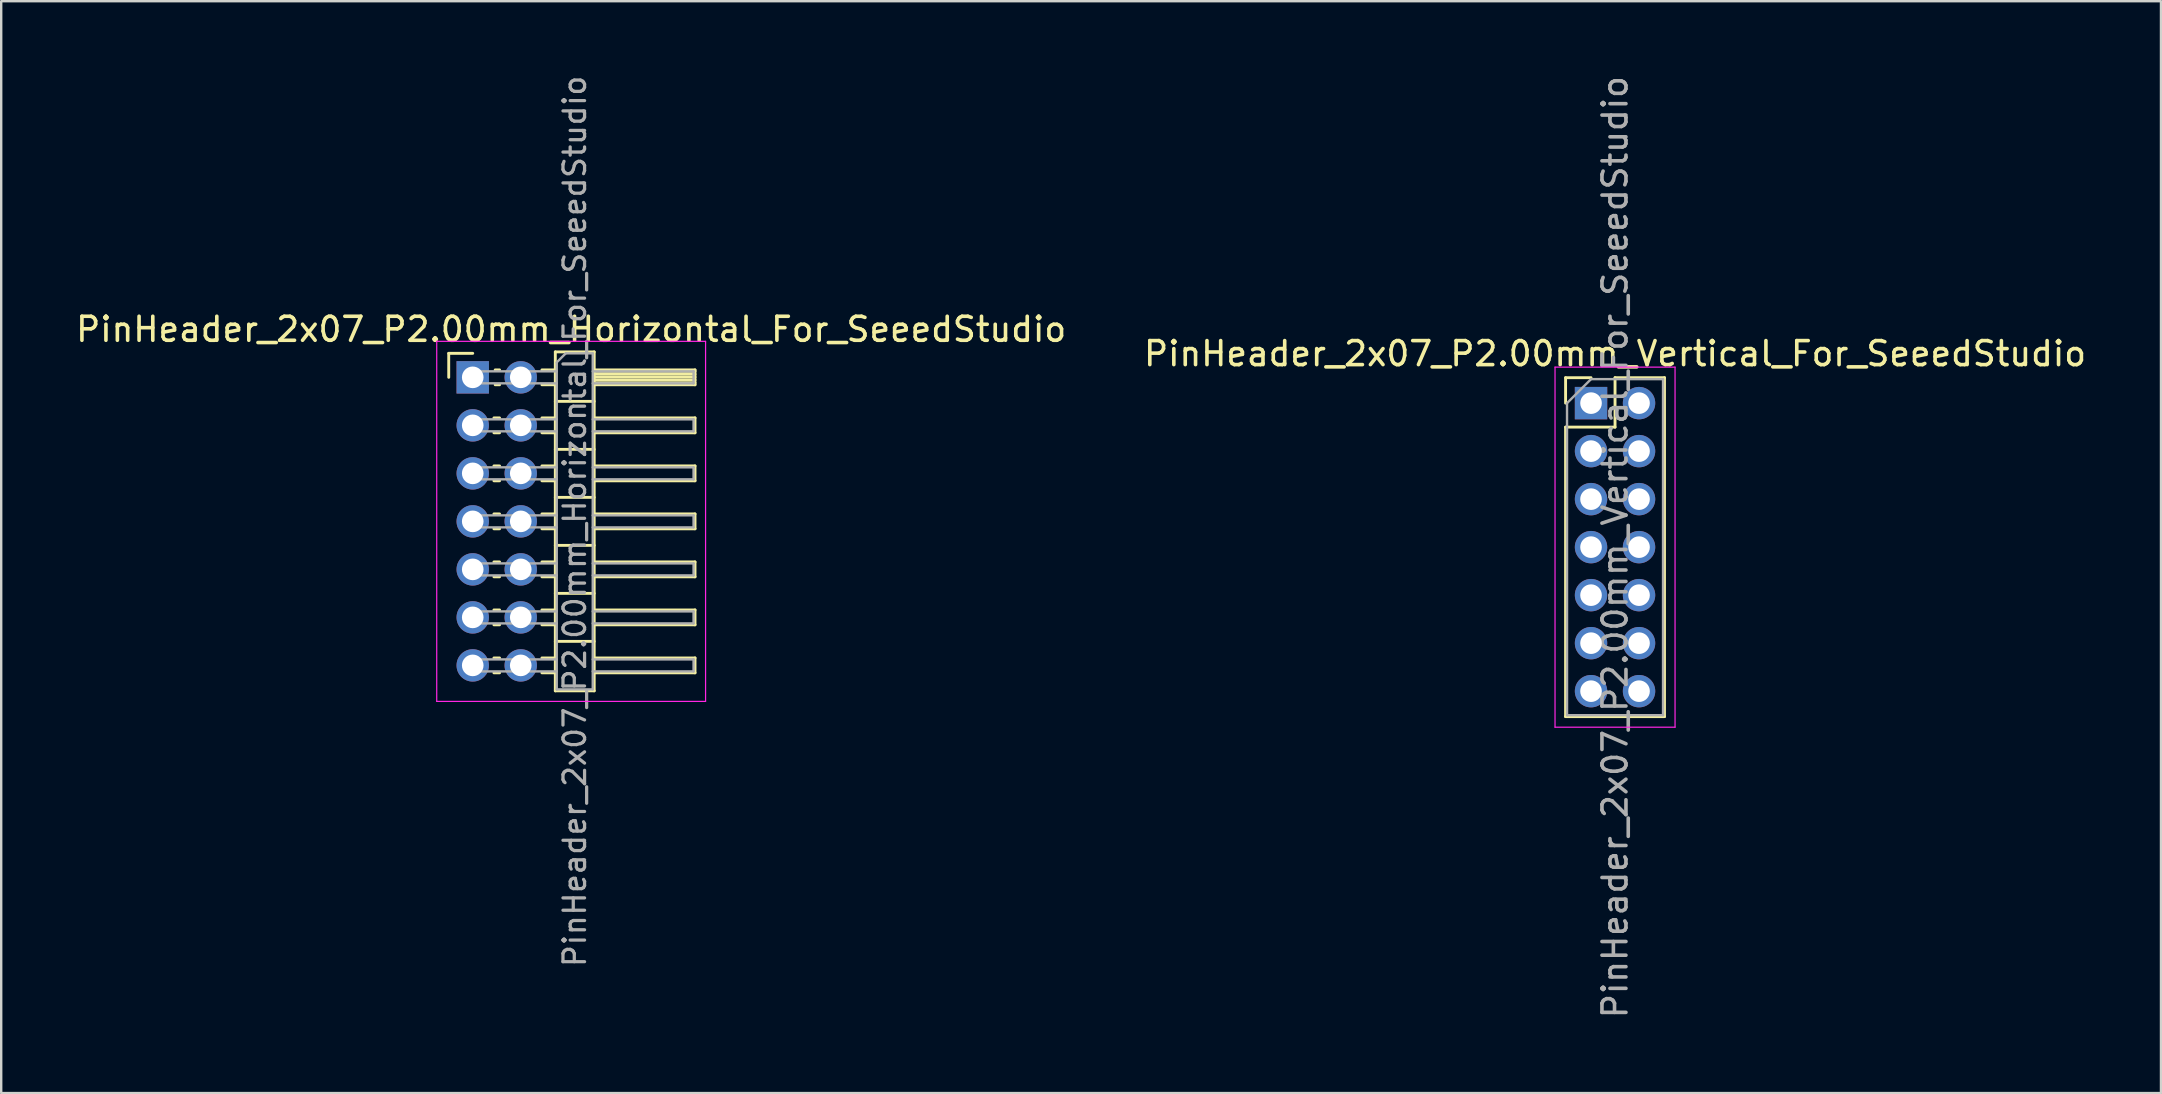
<source format=kicad_pcb>
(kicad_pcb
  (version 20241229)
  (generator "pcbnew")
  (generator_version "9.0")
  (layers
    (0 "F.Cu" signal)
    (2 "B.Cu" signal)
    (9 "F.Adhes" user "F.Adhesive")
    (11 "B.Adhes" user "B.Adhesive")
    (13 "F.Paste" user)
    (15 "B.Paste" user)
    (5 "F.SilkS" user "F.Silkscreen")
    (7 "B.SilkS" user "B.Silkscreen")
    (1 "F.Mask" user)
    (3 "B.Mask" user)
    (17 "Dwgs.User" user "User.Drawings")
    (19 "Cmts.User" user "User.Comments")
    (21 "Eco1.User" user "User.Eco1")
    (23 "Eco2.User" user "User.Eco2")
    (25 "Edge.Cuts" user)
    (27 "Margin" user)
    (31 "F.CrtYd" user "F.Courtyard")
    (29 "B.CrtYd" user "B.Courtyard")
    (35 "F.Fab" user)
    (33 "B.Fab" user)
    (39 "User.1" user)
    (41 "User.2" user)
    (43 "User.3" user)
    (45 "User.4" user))
  (footprint "PinHeader_2x07_P2.00mm_Horizontal_For_SeeedStudio"
    (layer "F.Cu")
    (at 16.644 12.67)
    (property "Reference" "PinHeader_2x07_P2.00mm_Horizontal_For_SeeedStudio" (at 4.1 -2 0) (layer "F.SilkS") (effects (font (size 1 1) (thickness 0.15))))
    (attr through_hole)
    (fp_line (start -1 -1) (end 0 -1) (stroke (width 0.12) (type solid)) (layer "F.SilkS"))
    (fp_line (start -1 0) (end -1 -1) (stroke (width 0.12) (type solid)) (layer "F.SilkS"))
    (fp_line (start 0.882 1.69) (end 1.118 1.69) (stroke (width 0.12) (type solid)) (layer "F.SilkS"))
    (fp_line (start 0.882 2.31) (end 1.118 2.31) (stroke (width 0.12) (type solid)) (layer "F.SilkS"))
    (fp_line (start 0.882 3.69) (end 1.118 3.69) (stroke (width 0.12) (type solid)) (layer "F.SilkS"))
    (fp_line (start 0.882 4.31) (end 1.118 4.31) (stroke (width 0.12) (type solid)) (layer "F.SilkS"))
    (fp_line (start 0.882 5.69) (end 1.118 5.69) (stroke (width 0.12) (type solid)) (layer "F.SilkS"))
    (fp_line (start 0.882 6.31) (end 1.118 6.31) (stroke (width 0.12) (type solid)) (layer "F.SilkS"))
    (fp_line (start 0.882 7.69) (end 1.118 7.69) (stroke (width 0.12) (type solid)) (layer "F.SilkS"))
    (fp_line (start 0.882 8.31) (end 1.118 8.31) (stroke (width 0.12) (type solid)) (layer "F.SilkS"))
    (fp_line (start 0.882 9.69) (end 1.118 9.69) (stroke (width 0.12) (type solid)) (layer "F.SilkS"))
    (fp_line (start 0.882 10.31) (end 1.118 10.31) (stroke (width 0.12) (type solid)) (layer "F.SilkS"))
    (fp_line (start 0.882 11.69) (end 1.118 11.69) (stroke (width 0.12) (type solid)) (layer "F.SilkS"))
    (fp_line (start 0.882 12.31) (end 1.118 12.31) (stroke (width 0.12) (type solid)) (layer "F.SilkS"))
    (fp_line (start 0.935 -0.31) (end 1.118 -0.31) (stroke (width 0.12) (type solid)) (layer "F.SilkS"))
    (fp_line (start 0.935 0.31) (end 1.118 0.31) (stroke (width 0.12) (type solid)) (layer "F.SilkS"))
    (fp_line (start 2.882 -0.31) (end 3.44 -0.31) (stroke (width 0.12) (type solid)) (layer "F.SilkS"))
    (fp_line (start 2.882 0.31) (end 3.44 0.31) (stroke (width 0.12) (type solid)) (layer "F.SilkS"))
    (fp_line (start 2.882 1.69) (end 3.44 1.69) (stroke (width 0.12) (type solid)) (layer "F.SilkS"))
    (fp_line (start 2.882 2.31) (end 3.44 2.31) (stroke (width 0.12) (type solid)) (layer "F.SilkS"))
    (fp_line (start 2.882 3.69) (end 3.44 3.69) (stroke (width 0.12) (type solid)) (layer "F.SilkS"))
    (fp_line (start 2.882 4.31) (end 3.44 4.31) (stroke (width 0.12) (type solid)) (layer "F.SilkS"))
    (fp_line (start 2.882 5.69) (end 3.44 5.69) (stroke (width 0.12) (type solid)) (layer "F.SilkS"))
    (fp_line (start 2.882 6.31) (end 3.44 6.31) (stroke (width 0.12) (type solid)) (layer "F.SilkS"))
    (fp_line (start 2.882 7.69) (end 3.44 7.69) (stroke (width 0.12) (type solid)) (layer "F.SilkS"))
    (fp_line (start 2.882 8.31) (end 3.44 8.31) (stroke (width 0.12) (type solid)) (layer "F.SilkS"))
    (fp_line (start 2.882 9.69) (end 3.44 9.69) (stroke (width 0.12) (type solid)) (layer "F.SilkS"))
    (fp_line (start 2.882 10.31) (end 3.44 10.31) (stroke (width 0.12) (type solid)) (layer "F.SilkS"))
    (fp_line (start 2.882 11.69) (end 3.44 11.69) (stroke (width 0.12) (type solid)) (layer "F.SilkS"))
    (fp_line (start 2.882 12.31) (end 3.44 12.31) (stroke (width 0.12) (type solid)) (layer "F.SilkS"))
    (fp_line (start 3.44 -1.06) (end 3.44 13.06) (stroke (width 0.12) (type solid)) (layer "F.SilkS"))
    (fp_line (start 3.44 1) (end 5.06 1) (stroke (width 0.12) (type solid)) (layer "F.SilkS"))
    (fp_line (start 3.44 3) (end 5.06 3) (stroke (width 0.12) (type solid)) (layer "F.SilkS"))
    (fp_line (start 3.44 5) (end 5.06 5) (stroke (width 0.12) (type solid)) (layer "F.SilkS"))
    (fp_line (start 3.44 7) (end 5.06 7) (stroke (width 0.12) (type solid)) (layer "F.SilkS"))
    (fp_line (start 3.44 9) (end 5.06 9) (stroke (width 0.12) (type solid)) (layer "F.SilkS"))
    (fp_line (start 3.44 11) (end 5.06 11) (stroke (width 0.12) (type solid)) (layer "F.SilkS"))
    (fp_line (start 3.44 13.06) (end 5.06 13.06) (stroke (width 0.12) (type solid)) (layer "F.SilkS"))
    (fp_line (start 5.06 -1.06) (end 3.44 -1.06) (stroke (width 0.12) (type solid)) (layer "F.SilkS"))
    (fp_line (start 5.06 -0.31) (end 9.26 -0.31) (stroke (width 0.12) (type solid)) (layer "F.SilkS"))
    (fp_line (start 5.06 -0.25) (end 9.26 -0.25) (stroke (width 0.12) (type solid)) (layer "F.SilkS"))
    (fp_line (start 5.06 -0.13) (end 9.26 -0.13) (stroke (width 0.12) (type solid)) (layer "F.SilkS"))
    (fp_line (start 5.06 -0.01) (end 9.26 -0.01) (stroke (width 0.12) (type solid)) (layer "F.SilkS"))
    (fp_line (start 5.06 0.11) (end 9.26 0.11) (stroke (width 0.12) (type solid)) (layer "F.SilkS"))
    (fp_line (start 5.06 0.23) (end 9.26 0.23) (stroke (width 0.12) (type solid)) (layer "F.SilkS"))
    (fp_line (start 5.06 1.69) (end 9.26 1.69) (stroke (width 0.12) (type solid)) (layer "F.SilkS"))
    (fp_line (start 5.06 3.69) (end 9.26 3.69) (stroke (width 0.12) (type solid)) (layer "F.SilkS"))
    (fp_line (start 5.06 5.69) (end 9.26 5.69) (stroke (width 0.12) (type solid)) (layer "F.SilkS"))
    (fp_line (start 5.06 7.69) (end 9.26 7.69) (stroke (width 0.12) (type solid)) (layer "F.SilkS"))
    (fp_line (start 5.06 9.69) (end 9.26 9.69) (stroke (width 0.12) (type solid)) (layer "F.SilkS"))
    (fp_line (start 5.06 11.69) (end 9.26 11.69) (stroke (width 0.12) (type solid)) (layer "F.SilkS"))
    (fp_line (start 5.06 13.06) (end 5.06 -1.06) (stroke (width 0.12) (type solid)) (layer "F.SilkS"))
    (fp_line (start 9.26 -0.31) (end 9.26 0.31) (stroke (width 0.12) (type solid)) (layer "F.SilkS"))
    (fp_line (start 9.26 0.31) (end 5.06 0.31) (stroke (width 0.12) (type solid)) (layer "F.SilkS"))
    (fp_line (start 9.26 1.69) (end 9.26 2.31) (stroke (width 0.12) (type solid)) (layer "F.SilkS"))
    (fp_line (start 9.26 2.31) (end 5.06 2.31) (stroke (width 0.12) (type solid)) (layer "F.SilkS"))
    (fp_line (start 9.26 3.69) (end 9.26 4.31) (stroke (width 0.12) (type solid)) (layer "F.SilkS"))
    (fp_line (start 9.26 4.31) (end 5.06 4.31) (stroke (width 0.12) (type solid)) (layer "F.SilkS"))
    (fp_line (start 9.26 5.69) (end 9.26 6.31) (stroke (width 0.12) (type solid)) (layer "F.SilkS"))
    (fp_line (start 9.26 6.31) (end 5.06 6.31) (stroke (width 0.12) (type solid)) (layer "F.SilkS"))
    (fp_line (start 9.26 7.69) (end 9.26 8.31) (stroke (width 0.12) (type solid)) (layer "F.SilkS"))
    (fp_line (start 9.26 8.31) (end 5.06 8.31) (stroke (width 0.12) (type solid)) (layer "F.SilkS"))
    (fp_line (start 9.26 9.69) (end 9.26 10.31) (stroke (width 0.12) (type solid)) (layer "F.SilkS"))
    (fp_line (start 9.26 10.31) (end 5.06 10.31) (stroke (width 0.12) (type solid)) (layer "F.SilkS"))
    (fp_line (start 9.26 11.69) (end 9.26 12.31) (stroke (width 0.12) (type solid)) (layer "F.SilkS"))
    (fp_line (start 9.26 12.31) (end 5.06 12.31) (stroke (width 0.12) (type solid)) (layer "F.SilkS"))
    (fp_line (start -1.5 -1.5) (end -1.5 13.5) (stroke (width 0.05) (type solid)) (layer "F.CrtYd"))
    (fp_line (start -1.5 13.5) (end 9.7 13.5) (stroke (width 0.05) (type solid)) (layer "F.CrtYd"))
    (fp_line (start 9.7 -1.5) (end -1.5 -1.5) (stroke (width 0.05) (type solid)) (layer "F.CrtYd"))
    (fp_line (start 9.7 13.5) (end 9.7 -1.5) (stroke (width 0.05) (type solid)) (layer "F.CrtYd"))
    (fp_line (start -0.25 -0.25) (end -0.25 0.25) (stroke (width 0.1) (type solid)) (layer "F.Fab"))
    (fp_line (start -0.25 -0.25) (end 3.5 -0.25) (stroke (width 0.1) (type solid)) (layer "F.Fab"))
    (fp_line (start -0.25 0.25) (end 3.5 0.25) (stroke (width 0.1) (type solid)) (layer "F.Fab"))
    (fp_line (start -0.25 1.75) (end -0.25 2.25) (stroke (width 0.1) (type solid)) (layer "F.Fab"))
    (fp_line (start -0.25 1.75) (end 3.5 1.75) (stroke (width 0.1) (type solid)) (layer "F.Fab"))
    (fp_line (start -0.25 2.25) (end 3.5 2.25) (stroke (width 0.1) (type solid)) (layer "F.Fab"))
    (fp_line (start -0.25 3.75) (end -0.25 4.25) (stroke (width 0.1) (type solid)) (layer "F.Fab"))
    (fp_line (start -0.25 3.75) (end 3.5 3.75) (stroke (width 0.1) (type solid)) (layer "F.Fab"))
    (fp_line (start -0.25 4.25) (end 3.5 4.25) (stroke (width 0.1) (type solid)) (layer "F.Fab"))
    (fp_line (start -0.25 5.75) (end -0.25 6.25) (stroke (width 0.1) (type solid)) (layer "F.Fab"))
    (fp_line (start -0.25 5.75) (end 3.5 5.75) (stroke (width 0.1) (type solid)) (layer "F.Fab"))
    (fp_line (start -0.25 6.25) (end 3.5 6.25) (stroke (width 0.1) (type solid)) (layer "F.Fab"))
    (fp_line (start -0.25 7.75) (end -0.25 8.25) (stroke (width 0.1) (type solid)) (layer "F.Fab"))
    (fp_line (start -0.25 7.75) (end 3.5 7.75) (stroke (width 0.1) (type solid)) (layer "F.Fab"))
    (fp_line (start -0.25 8.25) (end 3.5 8.25) (stroke (width 0.1) (type solid)) (layer "F.Fab"))
    (fp_line (start -0.25 9.75) (end -0.25 10.25) (stroke (width 0.1) (type solid)) (layer "F.Fab"))
    (fp_line (start -0.25 9.75) (end 3.5 9.75) (stroke (width 0.1) (type solid)) (layer "F.Fab"))
    (fp_line (start -0.25 10.25) (end 3.5 10.25) (stroke (width 0.1) (type solid)) (layer "F.Fab"))
    (fp_line (start -0.25 11.75) (end -0.25 12.25) (stroke (width 0.1) (type solid)) (layer "F.Fab"))
    (fp_line (start -0.25 11.75) (end 3.5 11.75) (stroke (width 0.1) (type solid)) (layer "F.Fab"))
    (fp_line (start -0.25 12.25) (end 3.5 12.25) (stroke (width 0.1) (type solid)) (layer "F.Fab"))
    (fp_line (start 3.5 -0.625) (end 3.875 -1) (stroke (width 0.1) (type solid)) (layer "F.Fab"))
    (fp_line (start 3.5 13) (end 3.5 -0.625) (stroke (width 0.1) (type solid)) (layer "F.Fab"))
    (fp_line (start 3.875 -1) (end 5 -1) (stroke (width 0.1) (type solid)) (layer "F.Fab"))
    (fp_line (start 5 -1) (end 5 13) (stroke (width 0.1) (type solid)) (layer "F.Fab"))
    (fp_line (start 5 -0.25) (end 9.2 -0.25) (stroke (width 0.1) (type solid)) (layer "F.Fab"))
    (fp_line (start 5 0.25) (end 9.2 0.25) (stroke (width 0.1) (type solid)) (layer "F.Fab"))
    (fp_line (start 5 1.75) (end 9.2 1.75) (stroke (width 0.1) (type solid)) (layer "F.Fab"))
    (fp_line (start 5 2.25) (end 9.2 2.25) (stroke (width 0.1) (type solid)) (layer "F.Fab"))
    (fp_line (start 5 3.75) (end 9.2 3.75) (stroke (width 0.1) (type solid)) (layer "F.Fab"))
    (fp_line (start 5 4.25) (end 9.2 4.25) (stroke (width 0.1) (type solid)) (layer "F.Fab"))
    (fp_line (start 5 5.75) (end 9.2 5.75) (stroke (width 0.1) (type solid)) (layer "F.Fab"))
    (fp_line (start 5 6.25) (end 9.2 6.25) (stroke (width 0.1) (type solid)) (layer "F.Fab"))
    (fp_line (start 5 7.75) (end 9.2 7.75) (stroke (width 0.1) (type solid)) (layer "F.Fab"))
    (fp_line (start 5 8.25) (end 9.2 8.25) (stroke (width 0.1) (type solid)) (layer "F.Fab"))
    (fp_line (start 5 9.75) (end 9.2 9.75) (stroke (width 0.1) (type solid)) (layer "F.Fab"))
    (fp_line (start 5 10.25) (end 9.2 10.25) (stroke (width 0.1) (type solid)) (layer "F.Fab"))
    (fp_line (start 5 11.75) (end 9.2 11.75) (stroke (width 0.1) (type solid)) (layer "F.Fab"))
    (fp_line (start 5 12.25) (end 9.2 12.25) (stroke (width 0.1) (type solid)) (layer "F.Fab"))
    (fp_line (start 5 13) (end 3.5 13) (stroke (width 0.1) (type solid)) (layer "F.Fab"))
    (fp_line (start 9.2 -0.25) (end 9.2 0.25) (stroke (width 0.1) (type solid)) (layer "F.Fab"))
    (fp_line (start 9.2 1.75) (end 9.2 2.25) (stroke (width 0.1) (type solid)) (layer "F.Fab"))
    (fp_line (start 9.2 3.75) (end 9.2 4.25) (stroke (width 0.1) (type solid)) (layer "F.Fab"))
    (fp_line (start 9.2 5.75) (end 9.2 6.25) (stroke (width 0.1) (type solid)) (layer "F.Fab"))
    (fp_line (start 9.2 7.75) (end 9.2 8.25) (stroke (width 0.1) (type solid)) (layer "F.Fab"))
    (fp_line (start 9.2 9.75) (end 9.2 10.25) (stroke (width 0.1) (type solid)) (layer "F.Fab"))
    (fp_line (start 9.2 11.75) (end 9.2 12.25) (stroke (width 0.1) (type solid)) (layer "F.Fab"))
    (fp_text user "${REFERENCE}" (at 4.25 6 90) (layer "F.Fab") (effects (font (size 0.9 0.9) (thickness 0.135))))
    (pad "1" thru_hole rect (at 0 0) (size 1.35 1.35) (drill 0.9) (layers "*.Cu" "*.Mask"))
    (pad "2" thru_hole oval (at 2 0) (size 1.35 1.35) (drill 0.9) (layers "*.Cu" "*.Mask"))
    (pad "3" thru_hole oval (at 0 2) (size 1.35 1.35) (drill 0.9) (layers "*.Cu" "*.Mask"))
    (pad "4" thru_hole oval (at 2 2) (size 1.35 1.35) (drill 0.9) (layers "*.Cu" "*.Mask"))
    (pad "5" thru_hole oval (at 0 4) (size 1.35 1.35) (drill 0.9) (layers "*.Cu" "*.Mask"))
    (pad "6" thru_hole oval (at 2 4) (size 1.35 1.35) (drill 0.9) (layers "*.Cu" "*.Mask"))
    (pad "7" thru_hole oval (at 0 6) (size 1.35 1.35) (drill 0.9) (layers "*.Cu" "*.Mask"))
    (pad "8" thru_hole oval (at 2 6) (size 1.35 1.35) (drill 0.9) (layers "*.Cu" "*.Mask"))
    (pad "9" thru_hole oval (at 0 8) (size 1.35 1.35) (drill 0.9) (layers "*.Cu" "*.Mask"))
    (pad "10" thru_hole oval (at 2 8) (size 1.35 1.35) (drill 0.9) (layers "*.Cu" "*.Mask"))
    (pad "11" thru_hole oval (at 0 10) (size 1.35 1.35) (drill 0.9) (layers "*.Cu" "*.Mask"))
    (pad "12" thru_hole oval (at 2 10) (size 1.35 1.35) (drill 0.9) (layers "*.Cu" "*.Mask"))
    (pad "13" thru_hole oval (at 0 12) (size 1.35 1.35) (drill 0.9) (layers "*.Cu" "*.Mask"))
    (pad "14" thru_hole oval (at 2 12) (size 1.35 1.35) (drill 0.9) (layers "*.Cu" "*.Mask")))
  (footprint "PinHeader_2x07_P2.00mm_Vertical_For_SeeedStudio"
    (layer "F.Cu")
    (at 63.232 13.744)
    (property "Reference" "PinHeader_2x07_P2.00mm_Vertical_For_SeeedStudio" (at 1 -2.06 0) (layer "F.SilkS") (effects (font (size 1 1) (thickness 0.15))))
    (attr through_hole)
    (fp_line (start -1.06 -1.06) (end 0 -1.06) (stroke (width 0.12) (type solid)) (layer "F.SilkS"))
    (fp_line (start -1.06 0) (end -1.06 -1.06) (stroke (width 0.12) (type solid)) (layer "F.SilkS"))
    (fp_line (start -1.06 1) (end -1.06 13.06) (stroke (width 0.12) (type solid)) (layer "F.SilkS"))
    (fp_line (start -1.06 1) (end 1 1) (stroke (width 0.12) (type solid)) (layer "F.SilkS"))
    (fp_line (start -1.06 13.06) (end 3.06 13.06) (stroke (width 0.12) (type solid)) (layer "F.SilkS"))
    (fp_line (start 1 -1.06) (end 3.06 -1.06) (stroke (width 0.12) (type solid)) (layer "F.SilkS"))
    (fp_line (start 1 1) (end 1 -1.06) (stroke (width 0.12) (type solid)) (layer "F.SilkS"))
    (fp_line (start 3.06 -1.06) (end 3.06 13.06) (stroke (width 0.12) (type solid)) (layer "F.SilkS"))
    (fp_line (start -1.5 -1.5) (end -1.5 13.5) (stroke (width 0.05) (type solid)) (layer "F.CrtYd"))
    (fp_line (start -1.5 13.5) (end 3.5 13.5) (stroke (width 0.05) (type solid)) (layer "F.CrtYd"))
    (fp_line (start 3.5 -1.5) (end -1.5 -1.5) (stroke (width 0.05) (type solid)) (layer "F.CrtYd"))
    (fp_line (start 3.5 13.5) (end 3.5 -1.5) (stroke (width 0.05) (type solid)) (layer "F.CrtYd"))
    (fp_line (start -1 0) (end 0 -1) (stroke (width 0.1) (type solid)) (layer "F.Fab"))
    (fp_line (start -1 13) (end -1 0) (stroke (width 0.1) (type solid)) (layer "F.Fab"))
    (fp_line (start 0 -1) (end 3 -1) (stroke (width 0.1) (type solid)) (layer "F.Fab"))
    (fp_line (start 3 -1) (end 3 13) (stroke (width 0.1) (type solid)) (layer "F.Fab"))
    (fp_line (start 3 13) (end -1 13) (stroke (width 0.1) (type solid)) (layer "F.Fab"))
    (fp_text user "${REFERENCE}" (at 1 6 90) (layer "F.Fab") (effects (font (size 1 1) (thickness 0.15))))
    (pad "1" thru_hole rect (at 0 0) (size 1.35 1.35) (drill 0.9) (layers "*.Cu" "*.Mask"))
    (pad "2" thru_hole oval (at 2 0) (size 1.35 1.35) (drill 0.9) (layers "*.Cu" "*.Mask"))
    (pad "3" thru_hole oval (at 0 2) (size 1.35 1.35) (drill 0.9) (layers "*.Cu" "*.Mask"))
    (pad "4" thru_hole oval (at 2 2) (size 1.35 1.35) (drill 0.9) (layers "*.Cu" "*.Mask"))
    (pad "5" thru_hole oval (at 0 4) (size 1.35 1.35) (drill 0.9) (layers "*.Cu" "*.Mask"))
    (pad "6" thru_hole oval (at 2 4) (size 1.35 1.35) (drill 0.9) (layers "*.Cu" "*.Mask"))
    (pad "7" thru_hole oval (at 0 6) (size 1.35 1.35) (drill 0.9) (layers "*.Cu" "*.Mask"))
    (pad "8" thru_hole oval (at 2 6) (size 1.35 1.35) (drill 0.9) (layers "*.Cu" "*.Mask"))
    (pad "9" thru_hole oval (at 0 8) (size 1.35 1.35) (drill 0.9) (layers "*.Cu" "*.Mask"))
    (pad "10" thru_hole oval (at 2 8) (size 1.35 1.35) (drill 0.9) (layers "*.Cu" "*.Mask"))
    (pad "11" thru_hole oval (at 0 10) (size 1.35 1.35) (drill 0.9) (layers "*.Cu" "*.Mask"))
    (pad "12" thru_hole oval (at 2 10) (size 1.35 1.35) (drill 0.9) (layers "*.Cu" "*.Mask"))
    (pad "13" thru_hole oval (at 0 12) (size 1.35 1.35) (drill 0.9) (layers "*.Cu" "*.Mask"))
    (pad "14" thru_hole oval (at 2 12) (size 1.35 1.35) (drill 0.9) (layers "*.Cu" "*.Mask")))
  (gr_rect
    (start -3 -3)
    (end 86.976 42.488)
    (stroke (width 0.1) (type default))
    (fill no)
    (layer "Edge.Cuts")))
</source>
